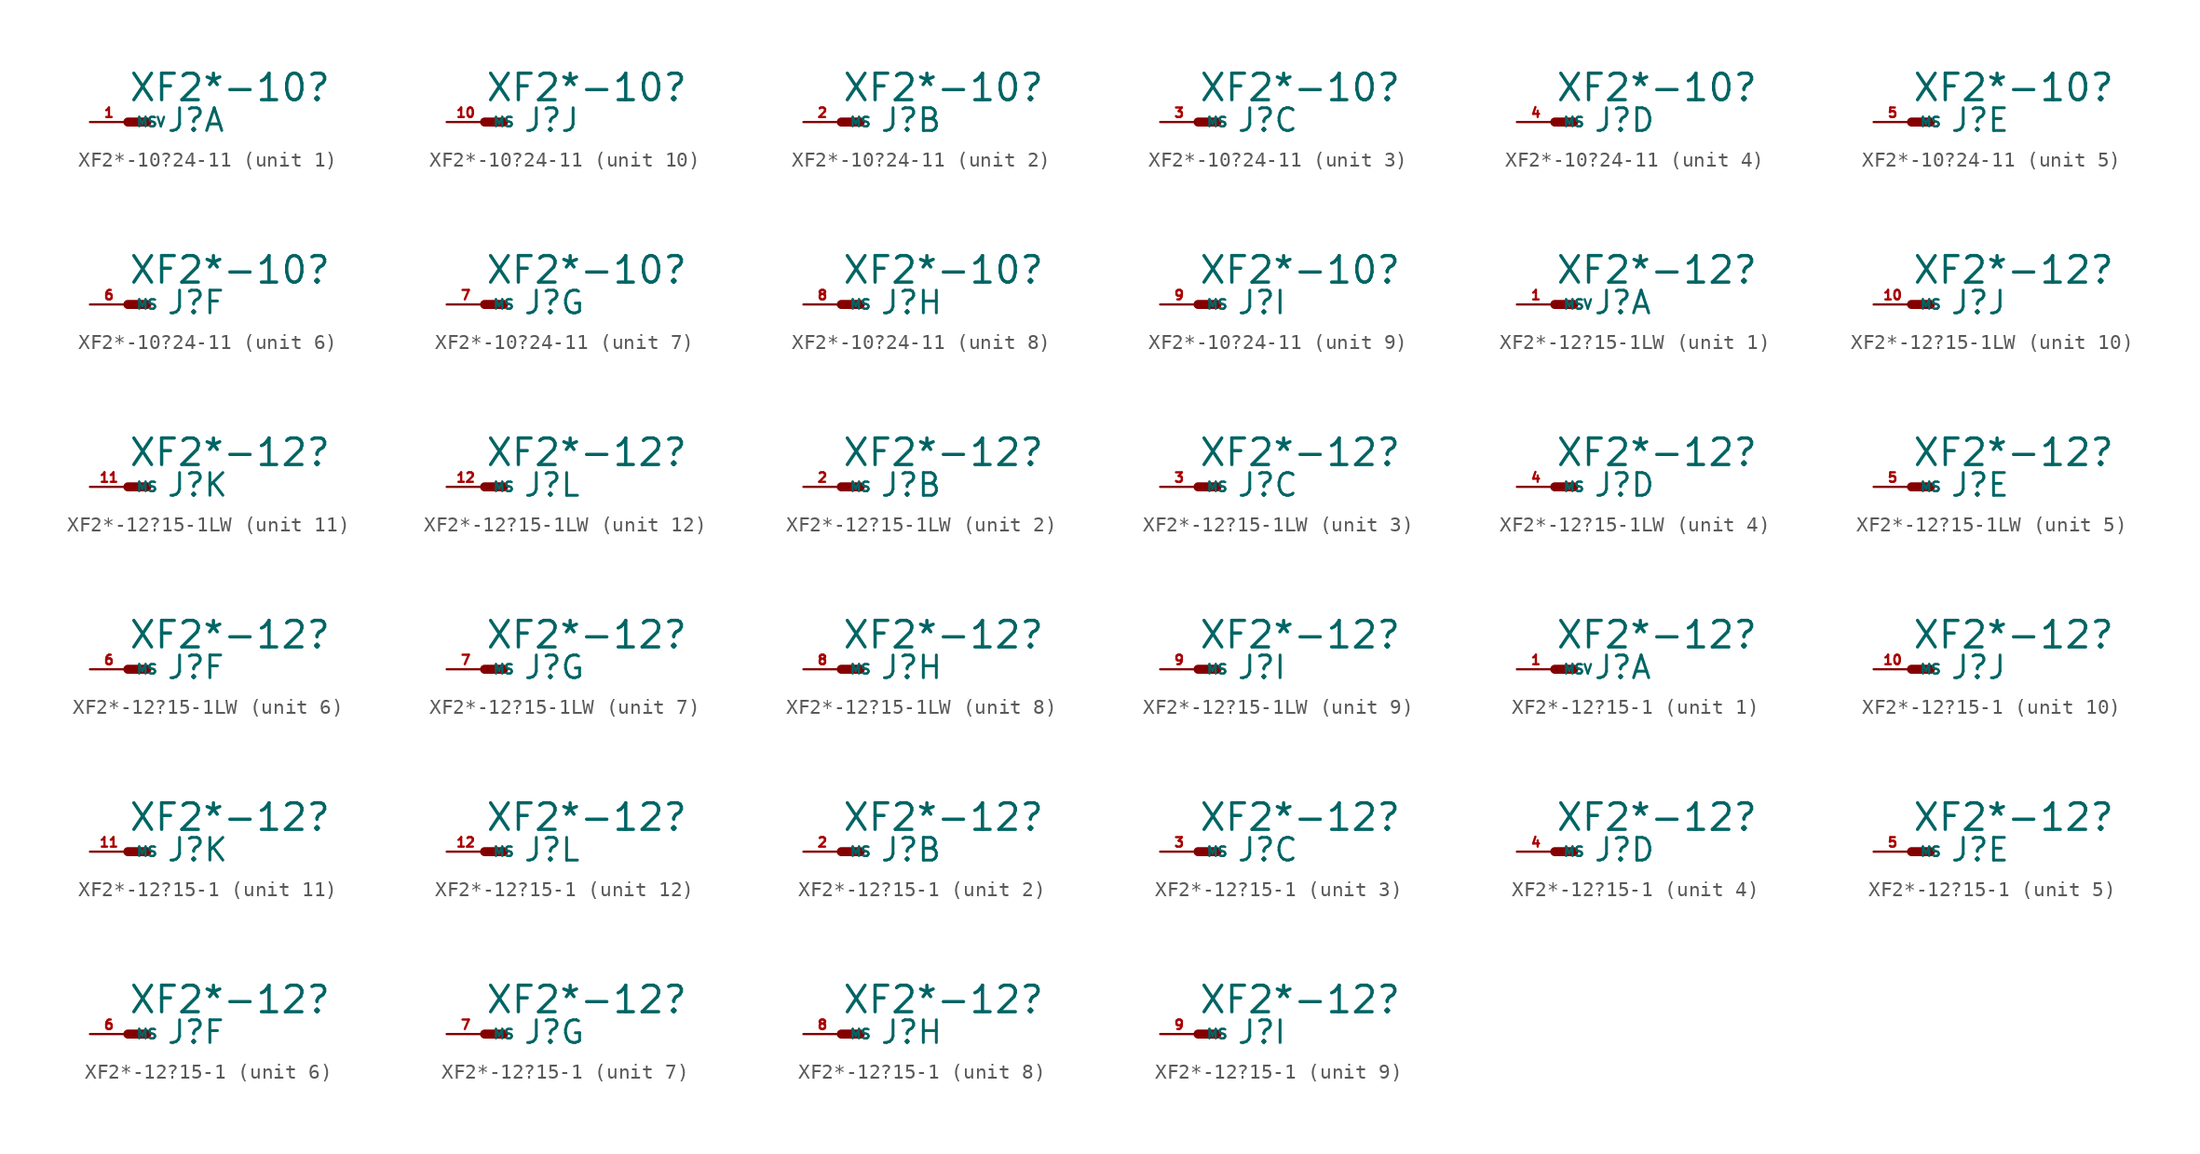
<source format=kicad_sym>
(kicad_symbol_lib
  (version 20220914)
  (generator Eagle2Kicad)
  (symbol "XF2*-10?24-11"
    (property "Reference" "J"
      (at 2.54 -0.762 0)
      (effects (font (size 1.524 1.524) (thickness 0.19)) (justify left bottom)))
    (property "Value" "XF2*-10?"
      (at 0 1.27 0)
      (effects (font (size 1.778 1.778) (thickness 0.22)) (justify left bottom)))
    (symbol "XF2*-10?24-11_1_0"
      (polyline (pts (xy 0 0) (xy 1.27 0)) (stroke (width 0.61) (type default)) (fill (type none)))
      (pin passive line (at -2.54 0 0) (length 2.54) (name "MSV" (effects (font (size 0.635 0.635) (thickness 0.08)) (justify left bottom))) (number "1" (effects (font (size 0.635 0.635) (thickness 0.08)) (justify left bottom)))))
    (symbol "XF2*-10?24-11_2_0"
      (polyline (pts (xy 0 0) (xy 1.27 0)) (stroke (width 0.61) (type default)) (fill (type none)))
      (pin passive line (at -2.54 0 0) (length 2.54) (name "MS" (effects (font (size 0.635 0.635) (thickness 0.08)) (justify left bottom))) (number "2" (effects (font (size 0.635 0.635) (thickness 0.08)) (justify left bottom)))))
    (symbol "XF2*-10?24-11_3_0"
      (polyline (pts (xy 0 0) (xy 1.27 0)) (stroke (width 0.61) (type default)) (fill (type none)))
      (pin passive line (at -2.54 0 0) (length 2.54) (name "MS" (effects (font (size 0.635 0.635) (thickness 0.08)) (justify left bottom))) (number "3" (effects (font (size 0.635 0.635) (thickness 0.08)) (justify left bottom)))))
    (symbol "XF2*-10?24-11_4_0"
      (polyline (pts (xy 0 0) (xy 1.27 0)) (stroke (width 0.61) (type default)) (fill (type none)))
      (pin passive line (at -2.54 0 0) (length 2.54) (name "MS" (effects (font (size 0.635 0.635) (thickness 0.08)) (justify left bottom))) (number "4" (effects (font (size 0.635 0.635) (thickness 0.08)) (justify left bottom)))))
    (symbol "XF2*-10?24-11_5_0"
      (polyline (pts (xy 0 0) (xy 1.27 0)) (stroke (width 0.61) (type default)) (fill (type none)))
      (pin passive line (at -2.54 0 0) (length 2.54) (name "MS" (effects (font (size 0.635 0.635) (thickness 0.08)) (justify left bottom))) (number "5" (effects (font (size 0.635 0.635) (thickness 0.08)) (justify left bottom)))))
    (symbol "XF2*-10?24-11_6_0"
      (polyline (pts (xy 0 0) (xy 1.27 0)) (stroke (width 0.61) (type default)) (fill (type none)))
      (pin passive line (at -2.54 0 0) (length 2.54) (name "MS" (effects (font (size 0.635 0.635) (thickness 0.08)) (justify left bottom))) (number "6" (effects (font (size 0.635 0.635) (thickness 0.08)) (justify left bottom)))))
    (symbol "XF2*-10?24-11_7_0"
      (polyline (pts (xy 0 0) (xy 1.27 0)) (stroke (width 0.61) (type default)) (fill (type none)))
      (pin passive line (at -2.54 0 0) (length 2.54) (name "MS" (effects (font (size 0.635 0.635) (thickness 0.08)) (justify left bottom))) (number "7" (effects (font (size 0.635 0.635) (thickness 0.08)) (justify left bottom)))))
    (symbol "XF2*-10?24-11_8_0"
      (polyline (pts (xy 0 0) (xy 1.27 0)) (stroke (width 0.61) (type default)) (fill (type none)))
      (pin passive line (at -2.54 0 0) (length 2.54) (name "MS" (effects (font (size 0.635 0.635) (thickness 0.08)) (justify left bottom))) (number "8" (effects (font (size 0.635 0.635) (thickness 0.08)) (justify left bottom)))))
    (symbol "XF2*-10?24-11_9_0"
      (polyline (pts (xy 0 0) (xy 1.27 0)) (stroke (width 0.61) (type default)) (fill (type none)))
      (pin passive line (at -2.54 0 0) (length 2.54) (name "MS" (effects (font (size 0.635 0.635) (thickness 0.08)) (justify left bottom))) (number "9" (effects (font (size 0.635 0.635) (thickness 0.08)) (justify left bottom)))))
    (symbol "XF2*-10?24-11_10_0"
      (polyline (pts (xy 0 0) (xy 1.27 0)) (stroke (width 0.61) (type default)) (fill (type none)))
      (pin passive line (at -2.54 0 0) (length 2.54) (name "MS" (effects (font (size 0.635 0.635) (thickness 0.08)) (justify left bottom))) (number "10" (effects (font (size 0.635 0.635) (thickness 0.08)) (justify left bottom))))))
  (symbol "XF2*-12?15-1LW"
    (property "Reference" "J"
      (at 2.54 -0.762 0)
      (effects (font (size 1.524 1.524) (thickness 0.19)) (justify left bottom)))
    (property "Value" "XF2*-12?"
      (at 0 1.27 0)
      (effects (font (size 1.778 1.778) (thickness 0.22)) (justify left bottom)))
    (symbol "XF2*-12?15-1LW_1_0"
      (polyline (pts (xy 0 0) (xy 1.27 0)) (stroke (width 0.61) (type default)) (fill (type none)))
      (pin passive line (at -2.54 0 0) (length 2.54) (name "MSV" (effects (font (size 0.635 0.635) (thickness 0.08)) (justify left bottom))) (number "1" (effects (font (size 0.635 0.635) (thickness 0.08)) (justify left bottom)))))
    (symbol "XF2*-12?15-1LW_2_0"
      (polyline (pts (xy 0 0) (xy 1.27 0)) (stroke (width 0.61) (type default)) (fill (type none)))
      (pin passive line (at -2.54 0 0) (length 2.54) (name "MS" (effects (font (size 0.635 0.635) (thickness 0.08)) (justify left bottom))) (number "2" (effects (font (size 0.635 0.635) (thickness 0.08)) (justify left bottom)))))
    (symbol "XF2*-12?15-1LW_3_0"
      (polyline (pts (xy 0 0) (xy 1.27 0)) (stroke (width 0.61) (type default)) (fill (type none)))
      (pin passive line (at -2.54 0 0) (length 2.54) (name "MS" (effects (font (size 0.635 0.635) (thickness 0.08)) (justify left bottom))) (number "3" (effects (font (size 0.635 0.635) (thickness 0.08)) (justify left bottom)))))
    (symbol "XF2*-12?15-1LW_4_0"
      (polyline (pts (xy 0 0) (xy 1.27 0)) (stroke (width 0.61) (type default)) (fill (type none)))
      (pin passive line (at -2.54 0 0) (length 2.54) (name "MS" (effects (font (size 0.635 0.635) (thickness 0.08)) (justify left bottom))) (number "4" (effects (font (size 0.635 0.635) (thickness 0.08)) (justify left bottom)))))
    (symbol "XF2*-12?15-1LW_5_0"
      (polyline (pts (xy 0 0) (xy 1.27 0)) (stroke (width 0.61) (type default)) (fill (type none)))
      (pin passive line (at -2.54 0 0) (length 2.54) (name "MS" (effects (font (size 0.635 0.635) (thickness 0.08)) (justify left bottom))) (number "5" (effects (font (size 0.635 0.635) (thickness 0.08)) (justify left bottom)))))
    (symbol "XF2*-12?15-1LW_6_0"
      (polyline (pts (xy 0 0) (xy 1.27 0)) (stroke (width 0.61) (type default)) (fill (type none)))
      (pin passive line (at -2.54 0 0) (length 2.54) (name "MS" (effects (font (size 0.635 0.635) (thickness 0.08)) (justify left bottom))) (number "6" (effects (font (size 0.635 0.635) (thickness 0.08)) (justify left bottom)))))
    (symbol "XF2*-12?15-1LW_7_0"
      (polyline (pts (xy 0 0) (xy 1.27 0)) (stroke (width 0.61) (type default)) (fill (type none)))
      (pin passive line (at -2.54 0 0) (length 2.54) (name "MS" (effects (font (size 0.635 0.635) (thickness 0.08)) (justify left bottom))) (number "7" (effects (font (size 0.635 0.635) (thickness 0.08)) (justify left bottom)))))
    (symbol "XF2*-12?15-1LW_8_0"
      (polyline (pts (xy 0 0) (xy 1.27 0)) (stroke (width 0.61) (type default)) (fill (type none)))
      (pin passive line (at -2.54 0 0) (length 2.54) (name "MS" (effects (font (size 0.635 0.635) (thickness 0.08)) (justify left bottom))) (number "8" (effects (font (size 0.635 0.635) (thickness 0.08)) (justify left bottom)))))
    (symbol "XF2*-12?15-1LW_9_0"
      (polyline (pts (xy 0 0) (xy 1.27 0)) (stroke (width 0.61) (type default)) (fill (type none)))
      (pin passive line (at -2.54 0 0) (length 2.54) (name "MS" (effects (font (size 0.635 0.635) (thickness 0.08)) (justify left bottom))) (number "9" (effects (font (size 0.635 0.635) (thickness 0.08)) (justify left bottom)))))
    (symbol "XF2*-12?15-1LW_10_0"
      (polyline (pts (xy 0 0) (xy 1.27 0)) (stroke (width 0.61) (type default)) (fill (type none)))
      (pin passive line (at -2.54 0 0) (length 2.54) (name "MS" (effects (font (size 0.635 0.635) (thickness 0.08)) (justify left bottom))) (number "10" (effects (font (size 0.635 0.635) (thickness 0.08)) (justify left bottom)))))
    (symbol "XF2*-12?15-1LW_11_0"
      (polyline (pts (xy 0 0) (xy 1.27 0)) (stroke (width 0.61) (type default)) (fill (type none)))
      (pin passive line (at -2.54 0 0) (length 2.54) (name "MS" (effects (font (size 0.635 0.635) (thickness 0.08)) (justify left bottom))) (number "11" (effects (font (size 0.635 0.635) (thickness 0.08)) (justify left bottom)))))
    (symbol "XF2*-12?15-1LW_12_0"
      (polyline (pts (xy 0 0) (xy 1.27 0)) (stroke (width 0.61) (type default)) (fill (type none)))
      (pin passive line (at -2.54 0 0) (length 2.54) (name "MS" (effects (font (size 0.635 0.635) (thickness 0.08)) (justify left bottom))) (number "12" (effects (font (size 0.635 0.635) (thickness 0.08)) (justify left bottom))))))
  (symbol "XF2*-12?15-1"
    (property "Reference" "J"
      (at 2.54 -0.762 0)
      (effects (font (size 1.524 1.524) (thickness 0.19)) (justify left bottom)))
    (property "Value" "XF2*-12?"
      (at 0 1.27 0)
      (effects (font (size 1.778 1.778) (thickness 0.22)) (justify left bottom)))
    (symbol "XF2*-12?15-1_1_0"
      (polyline (pts (xy 0 0) (xy 1.27 0)) (stroke (width 0.61) (type default)) (fill (type none)))
      (pin passive line (at -2.54 0 0) (length 2.54) (name "MSV" (effects (font (size 0.635 0.635) (thickness 0.08)) (justify left bottom))) (number "1" (effects (font (size 0.635 0.635) (thickness 0.08)) (justify left bottom)))))
    (symbol "XF2*-12?15-1_2_0"
      (polyline (pts (xy 0 0) (xy 1.27 0)) (stroke (width 0.61) (type default)) (fill (type none)))
      (pin passive line (at -2.54 0 0) (length 2.54) (name "MS" (effects (font (size 0.635 0.635) (thickness 0.08)) (justify left bottom))) (number "2" (effects (font (size 0.635 0.635) (thickness 0.08)) (justify left bottom)))))
    (symbol "XF2*-12?15-1_3_0"
      (polyline (pts (xy 0 0) (xy 1.27 0)) (stroke (width 0.61) (type default)) (fill (type none)))
      (pin passive line (at -2.54 0 0) (length 2.54) (name "MS" (effects (font (size 0.635 0.635) (thickness 0.08)) (justify left bottom))) (number "3" (effects (font (size 0.635 0.635) (thickness 0.08)) (justify left bottom)))))
    (symbol "XF2*-12?15-1_4_0"
      (polyline (pts (xy 0 0) (xy 1.27 0)) (stroke (width 0.61) (type default)) (fill (type none)))
      (pin passive line (at -2.54 0 0) (length 2.54) (name "MS" (effects (font (size 0.635 0.635) (thickness 0.08)) (justify left bottom))) (number "4" (effects (font (size 0.635 0.635) (thickness 0.08)) (justify left bottom)))))
    (symbol "XF2*-12?15-1_5_0"
      (polyline (pts (xy 0 0) (xy 1.27 0)) (stroke (width 0.61) (type default)) (fill (type none)))
      (pin passive line (at -2.54 0 0) (length 2.54) (name "MS" (effects (font (size 0.635 0.635) (thickness 0.08)) (justify left bottom))) (number "5" (effects (font (size 0.635 0.635) (thickness 0.08)) (justify left bottom)))))
    (symbol "XF2*-12?15-1_6_0"
      (polyline (pts (xy 0 0) (xy 1.27 0)) (stroke (width 0.61) (type default)) (fill (type none)))
      (pin passive line (at -2.54 0 0) (length 2.54) (name "MS" (effects (font (size 0.635 0.635) (thickness 0.08)) (justify left bottom))) (number "6" (effects (font (size 0.635 0.635) (thickness 0.08)) (justify left bottom)))))
    (symbol "XF2*-12?15-1_7_0"
      (polyline (pts (xy 0 0) (xy 1.27 0)) (stroke (width 0.61) (type default)) (fill (type none)))
      (pin passive line (at -2.54 0 0) (length 2.54) (name "MS" (effects (font (size 0.635 0.635) (thickness 0.08)) (justify left bottom))) (number "7" (effects (font (size 0.635 0.635) (thickness 0.08)) (justify left bottom)))))
    (symbol "XF2*-12?15-1_8_0"
      (polyline (pts (xy 0 0) (xy 1.27 0)) (stroke (width 0.61) (type default)) (fill (type none)))
      (pin passive line (at -2.54 0 0) (length 2.54) (name "MS" (effects (font (size 0.635 0.635) (thickness 0.08)) (justify left bottom))) (number "8" (effects (font (size 0.635 0.635) (thickness 0.08)) (justify left bottom)))))
    (symbol "XF2*-12?15-1_9_0"
      (polyline (pts (xy 0 0) (xy 1.27 0)) (stroke (width 0.61) (type default)) (fill (type none)))
      (pin passive line (at -2.54 0 0) (length 2.54) (name "MS" (effects (font (size 0.635 0.635) (thickness 0.08)) (justify left bottom))) (number "9" (effects (font (size 0.635 0.635) (thickness 0.08)) (justify left bottom)))))
    (symbol "XF2*-12?15-1_10_0"
      (polyline (pts (xy 0 0) (xy 1.27 0)) (stroke (width 0.61) (type default)) (fill (type none)))
      (pin passive line (at -2.54 0 0) (length 2.54) (name "MS" (effects (font (size 0.635 0.635) (thickness 0.08)) (justify left bottom))) (number "10" (effects (font (size 0.635 0.635) (thickness 0.08)) (justify left bottom)))))
    (symbol "XF2*-12?15-1_11_0"
      (polyline (pts (xy 0 0) (xy 1.27 0)) (stroke (width 0.61) (type default)) (fill (type none)))
      (pin passive line (at -2.54 0 0) (length 2.54) (name "MS" (effects (font (size 0.635 0.635) (thickness 0.08)) (justify left bottom))) (number "11" (effects (font (size 0.635 0.635) (thickness 0.08)) (justify left bottom)))))
    (symbol "XF2*-12?15-1_12_0"
      (polyline (pts (xy 0 0) (xy 1.27 0)) (stroke (width 0.61) (type default)) (fill (type none)))
      (pin passive line (at -2.54 0 0) (length 2.54) (name "MS" (effects (font (size 0.635 0.635) (thickness 0.08)) (justify left bottom))) (number "12" (effects (font (size 0.635 0.635) (thickness 0.08)) (justify left bottom)))))))
</source>
